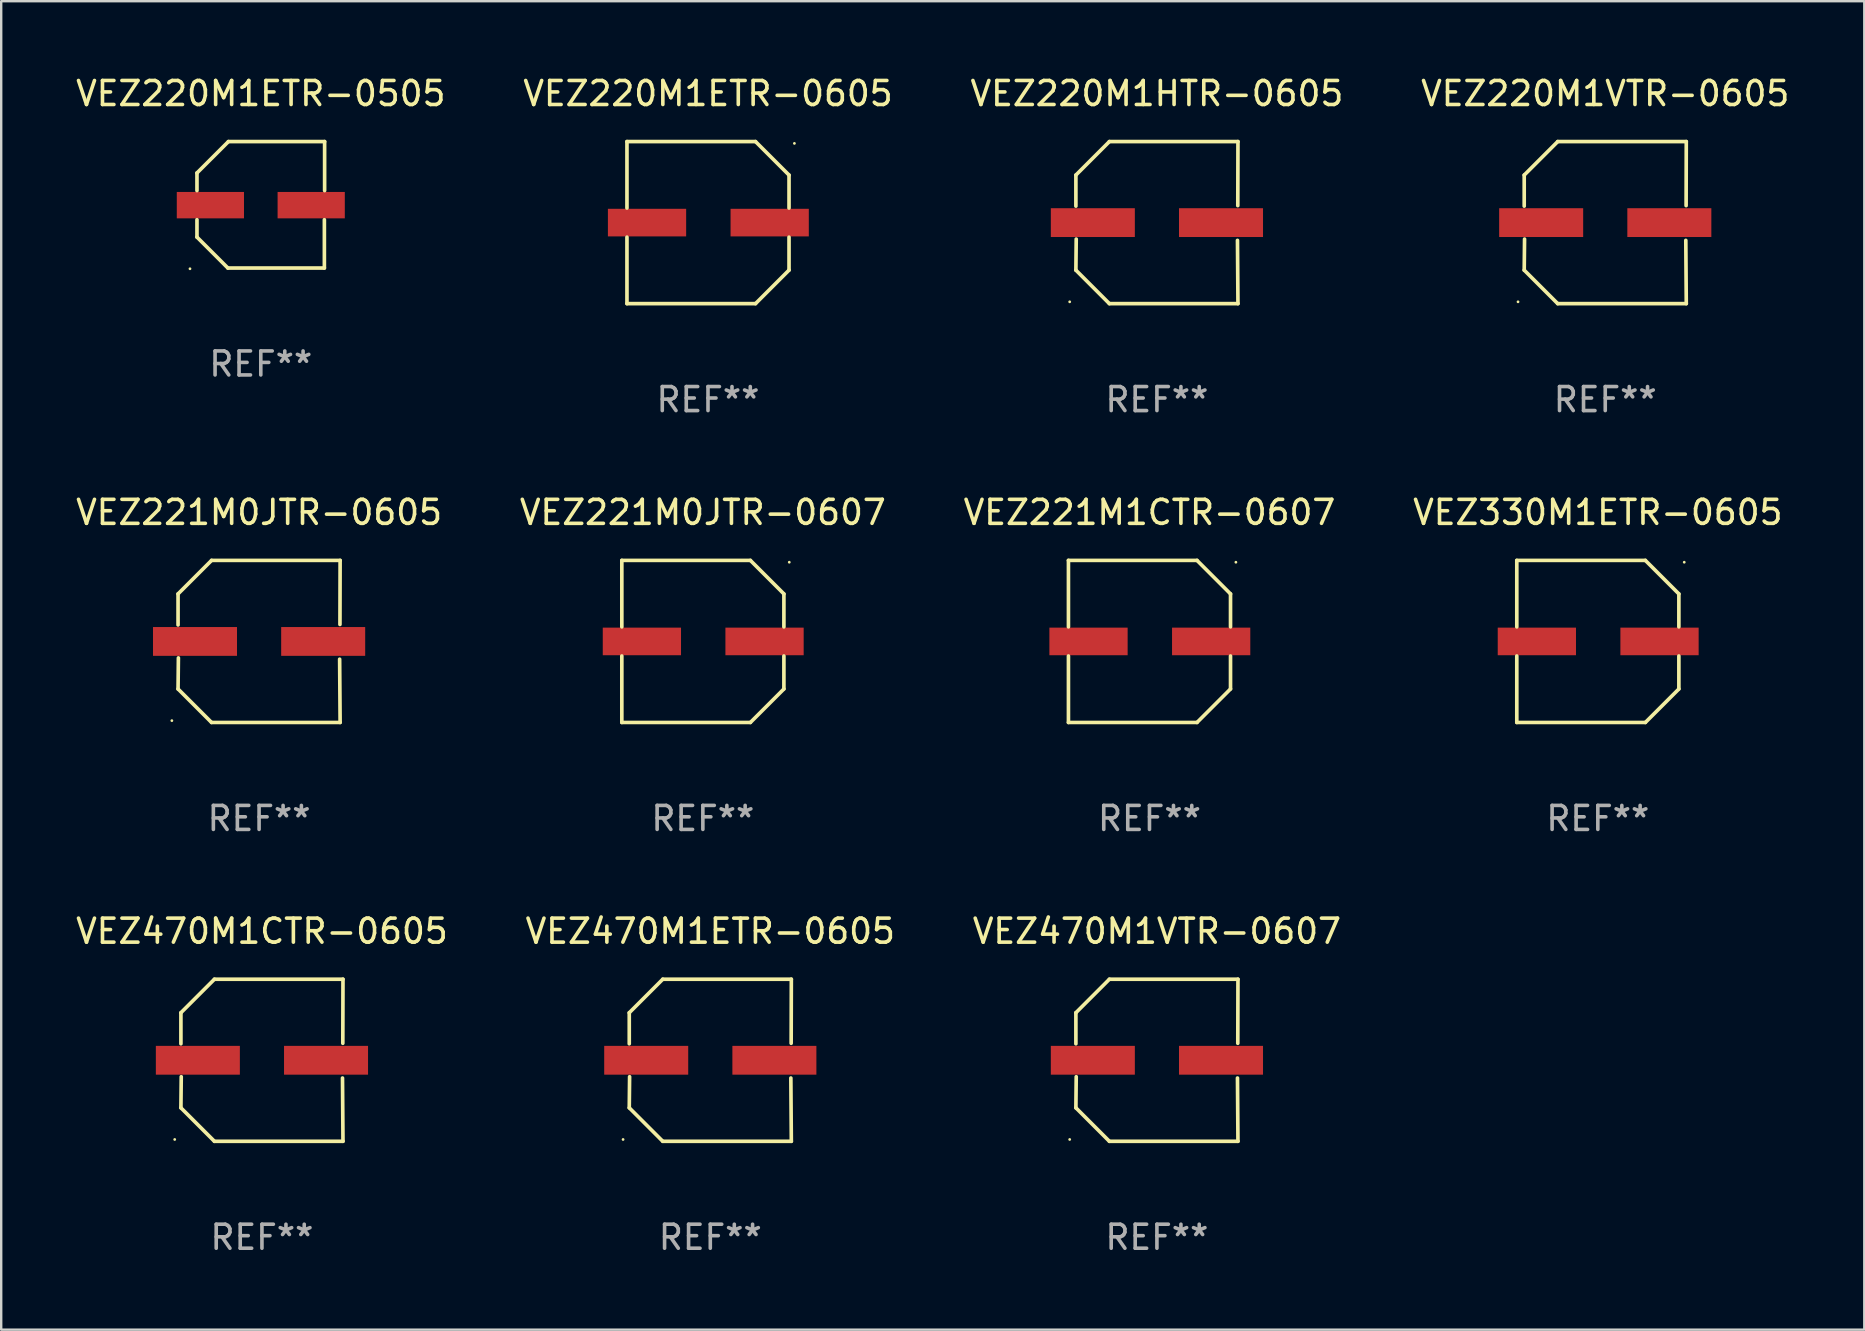
<source format=kicad_pcb>
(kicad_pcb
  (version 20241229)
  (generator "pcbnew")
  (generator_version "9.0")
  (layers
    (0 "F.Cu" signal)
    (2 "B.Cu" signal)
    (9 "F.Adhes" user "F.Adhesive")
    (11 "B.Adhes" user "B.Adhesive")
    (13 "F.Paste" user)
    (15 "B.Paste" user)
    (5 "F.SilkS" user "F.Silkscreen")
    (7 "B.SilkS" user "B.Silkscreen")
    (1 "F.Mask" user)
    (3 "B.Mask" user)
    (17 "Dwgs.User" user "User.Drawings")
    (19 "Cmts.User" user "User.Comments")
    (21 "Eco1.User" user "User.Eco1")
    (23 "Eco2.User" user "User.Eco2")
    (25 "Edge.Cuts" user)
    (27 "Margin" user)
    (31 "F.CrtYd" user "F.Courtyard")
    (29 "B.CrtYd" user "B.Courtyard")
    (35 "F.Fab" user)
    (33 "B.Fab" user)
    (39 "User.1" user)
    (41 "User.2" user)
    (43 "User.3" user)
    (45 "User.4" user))
  (footprint "VEZ470M1ETR-0605"
    (layer "F.Cu")
    (at 26.542 41.122)
    (property "Reference" "VEZ470M1ETR-0605" (at 0 -5.376 0) (layer "F.SilkS") (effects (font (size 1 1) (thickness 0.15))))
    (attr through_hole)
    (fp_line (start -3.376 -1.98) (end -3.376 -0.686) (stroke (width 0.152) (type solid)) (layer "F.SilkS"))
    (fp_line (start -3.376 1.981) (end -3.362 0.686) (stroke (width 0.152) (type solid)) (layer "F.SilkS"))
    (fp_line (start -1.981 3.376) (end -3.376 1.981) (stroke (width 0.152) (type solid)) (layer "F.SilkS"))
    (fp_line (start -1.98 -3.376) (end -3.376 -1.98) (stroke (width 0.152) (type solid)) (layer "F.SilkS"))
    (fp_line (start 3.356 0.74) (end 3.376 3.376) (stroke (width 0.152) (type solid)) (layer "F.SilkS"))
    (fp_line (start 3.369 -0.707) (end 3.376 -3.376) (stroke (width 0.152) (type solid)) (layer "F.SilkS"))
    (fp_line (start 3.376 3.376) (end -1.981 3.376) (stroke (width 0.152) (type solid)) (layer "F.SilkS"))
    (fp_line (start 3.376 -3.376) (end -1.98 -3.376) (stroke (width 0.152) (type solid)) (layer "F.SilkS"))
    (fp_circle (center -3.634 3.3) (end -3.604 3.3) (stroke (width 0.06) (type solid)) (fill no) (layer "F.SilkS"))
    (fp_text user "REF**" (at 0 7.376 0) (layer "F.Fab") (effects (font (size 1 1) (thickness 0.15))))
    (pad "1" smd rect (at -2.67 0.000254) (size 3.5 1.2) (layers "F.Cu" "F.Mask" "F.Paste"))
    (pad "2" smd rect (at 2.67 0.000254) (size 3.5 1.2) (layers "F.Cu" "F.Mask" "F.Paste")))
  (footprint "VEZ220M1ETR-0505"
    (layer "F.Cu")
    (at 7.815 5.482)
    (property "Reference" "VEZ220M1ETR-0505" (at 0 -4.634 0) (layer "F.SilkS") (effects (font (size 1 1) (thickness 0.15))))
    (attr through_hole)
    (fp_line (start -2.659 -1.326) (end -2.659 -0.592) (stroke (width 0.152) (type solid)) (layer "F.SilkS"))
    (fp_line (start -2.659 1.346) (end -2.659 0.622) (stroke (width 0.152) (type solid)) (layer "F.SilkS"))
    (fp_line (start -1.372 2.634) (end -2.659 1.346) (stroke (width 0.152) (type solid)) (layer "F.SilkS"))
    (fp_line (start -1.349 -2.634) (end -2.659 -1.326) (stroke (width 0.152) (type solid)) (layer "F.SilkS"))
    (fp_line (start 2.649 0.622) (end 2.649 2.634) (stroke (width 0.152) (type solid)) (layer "F.SilkS"))
    (fp_line (start 2.649 2.634) (end -1.372 2.634) (stroke (width 0.152) (type solid)) (layer "F.SilkS"))
    (fp_line (start 2.659 -2.634) (end -1.349 -2.634) (stroke (width 0.152) (type solid)) (layer "F.SilkS"))
    (fp_line (start 2.659 -0.592) (end 2.659 -2.634) (stroke (width 0.152) (type solid)) (layer "F.SilkS"))
    (fp_circle (center -2.95 2.665) (end -2.92 2.665) (stroke (width 0.06) (type solid)) (fill no) (layer "F.SilkS"))
    (fp_text user "REF**" (at 0 6.634 0) (layer "F.Fab") (effects (font (size 1 1) (thickness 0.15))))
    (pad "1" smd rect (at -2.1 0.015) (size 2.8 1.1) (layers "F.Cu" "F.Mask" "F.Paste"))
    (pad "2" smd rect (at 2.1 0.015) (size 2.8 1.1) (layers "F.Cu" "F.Mask" "F.Paste")))
  (footprint "VEZ220M1ETR-0605"
    (layer "F.Cu")
    (at 26.446 6.224)
    (property "Reference" "VEZ220M1ETR-0605" (at 0 -5.376 0) (layer "F.SilkS") (effects (font (size 1 1) (thickness 0.15))))
    (attr through_hole)
    (fp_line (start -3.376 -3.376) (end 1.98 -3.376) (stroke (width 0.152) (type solid)) (layer "F.SilkS"))
    (fp_line (start -3.376 -0.607) (end -3.376 -3.376) (stroke (width 0.152) (type solid)) (layer "F.SilkS"))
    (fp_line (start -3.376 0.607) (end -3.376 3.376) (stroke (width 0.152) (type solid)) (layer "F.SilkS"))
    (fp_line (start -3.376 3.376) (end 1.98 3.376) (stroke (width 0.152) (type solid)) (layer "F.SilkS"))
    (fp_line (start 1.98 -3.376) (end 3.376 -1.98) (stroke (width 0.152) (type solid)) (layer "F.SilkS"))
    (fp_line (start 1.98 3.376) (end 3.376 1.98) (stroke (width 0.152) (type solid)) (layer "F.SilkS"))
    (fp_line (start 3.376 -1.98) (end 3.376 -0.607) (stroke (width 0.152) (type solid)) (layer "F.SilkS"))
    (fp_line (start 3.376 1.98) (end 3.376 0.607) (stroke (width 0.152) (type solid)) (layer "F.SilkS"))
    (fp_circle (center 3.6 -3.3) (end 3.63 -3.3) (stroke (width 0.06) (type solid)) (fill no) (layer "F.SilkS"))
    (fp_text user "REF**" (at 0 7.376 0) (layer "F.Fab") (effects (font (size 1 1) (thickness 0.15))))
    (pad "1" smd rect (at 2.57 0 180) (size 3.26 1.15) (layers "F.Cu" "F.Mask" "F.Paste"))
    (pad "2" smd rect (at -2.54 0 180) (size 3.26 1.15) (layers "F.Cu" "F.Mask" "F.Paste")))
  (footprint "VEZ220M1VTR-0605"
    (layer "F.Cu")
    (at 63.827 6.224)
    (property "Reference" "VEZ220M1VTR-0605" (at 0 -5.376 0) (layer "F.SilkS") (effects (font (size 1 1) (thickness 0.15))))
    (attr through_hole)
    (fp_line (start -3.376 -1.98) (end -3.376 -0.686) (stroke (width 0.152) (type solid)) (layer "F.SilkS"))
    (fp_line (start -3.376 1.981) (end -3.362 0.686) (stroke (width 0.152) (type solid)) (layer "F.SilkS"))
    (fp_line (start -1.981 3.376) (end -3.376 1.981) (stroke (width 0.152) (type solid)) (layer "F.SilkS"))
    (fp_line (start -1.98 -3.376) (end -3.376 -1.98) (stroke (width 0.152) (type solid)) (layer "F.SilkS"))
    (fp_line (start 3.356 0.74) (end 3.376 3.376) (stroke (width 0.152) (type solid)) (layer "F.SilkS"))
    (fp_line (start 3.369 -0.707) (end 3.376 -3.376) (stroke (width 0.152) (type solid)) (layer "F.SilkS"))
    (fp_line (start 3.376 3.376) (end -1.981 3.376) (stroke (width 0.152) (type solid)) (layer "F.SilkS"))
    (fp_line (start 3.376 -3.376) (end -1.98 -3.376) (stroke (width 0.152) (type solid)) (layer "F.SilkS"))
    (fp_circle (center -3.634 3.3) (end -3.604 3.3) (stroke (width 0.06) (type solid)) (fill no) (layer "F.SilkS"))
    (fp_text user "REF**" (at 0 7.376 0) (layer "F.Fab") (effects (font (size 1 1) (thickness 0.15))))
    (pad "1" smd rect (at -2.67 0.000254) (size 3.5 1.2) (layers "F.Cu" "F.Mask" "F.Paste"))
    (pad "2" smd rect (at 2.67 0.000254) (size 3.5 1.2) (layers "F.Cu" "F.Mask" "F.Paste")))
  (footprint "VEZ330M1ETR-0605"
    (layer "F.Cu")
    (at 63.518 23.673)
    (property "Reference" "VEZ330M1ETR-0605" (at 0 -5.376 0) (layer "F.SilkS") (effects (font (size 1 1) (thickness 0.15))))
    (attr through_hole)
    (fp_line (start -3.376 -3.376) (end 1.98 -3.376) (stroke (width 0.152) (type solid)) (layer "F.SilkS"))
    (fp_line (start -3.376 -0.607) (end -3.376 -3.376) (stroke (width 0.152) (type solid)) (layer "F.SilkS"))
    (fp_line (start -3.376 0.607) (end -3.376 3.376) (stroke (width 0.152) (type solid)) (layer "F.SilkS"))
    (fp_line (start -3.376 3.376) (end 1.98 3.376) (stroke (width 0.152) (type solid)) (layer "F.SilkS"))
    (fp_line (start 1.98 -3.376) (end 3.376 -1.98) (stroke (width 0.152) (type solid)) (layer "F.SilkS"))
    (fp_line (start 1.98 3.376) (end 3.376 1.98) (stroke (width 0.152) (type solid)) (layer "F.SilkS"))
    (fp_line (start 3.376 -1.98) (end 3.376 -0.607) (stroke (width 0.152) (type solid)) (layer "F.SilkS"))
    (fp_line (start 3.376 1.98) (end 3.376 0.607) (stroke (width 0.152) (type solid)) (layer "F.SilkS"))
    (fp_circle (center 3.6 -3.3) (end 3.63 -3.3) (stroke (width 0.06) (type solid)) (fill no) (layer "F.SilkS"))
    (fp_text user "REF**" (at 0 7.376 0) (layer "F.Fab") (effects (font (size 1 1) (thickness 0.15))))
    (pad "1" smd rect (at 2.57 0 180) (size 3.26 1.15) (layers "F.Cu" "F.Mask" "F.Paste"))
    (pad "2" smd rect (at -2.54 0 180) (size 3.26 1.15) (layers "F.Cu" "F.Mask" "F.Paste")))
  (footprint "VEZ221M0JTR-0605"
    (layer "F.Cu")
    (at 7.744 23.673)
    (property "Reference" "VEZ221M0JTR-0605" (at 0 -5.376 0) (layer "F.SilkS") (effects (font (size 1 1) (thickness 0.15))))
    (attr through_hole)
    (fp_line (start -3.376 -1.98) (end -3.376 -0.686) (stroke (width 0.152) (type solid)) (layer "F.SilkS"))
    (fp_line (start -3.376 1.981) (end -3.362 0.686) (stroke (width 0.152) (type solid)) (layer "F.SilkS"))
    (fp_line (start -1.981 3.376) (end -3.376 1.981) (stroke (width 0.152) (type solid)) (layer "F.SilkS"))
    (fp_line (start -1.98 -3.376) (end -3.376 -1.98) (stroke (width 0.152) (type solid)) (layer "F.SilkS"))
    (fp_line (start 3.356 0.74) (end 3.376 3.376) (stroke (width 0.152) (type solid)) (layer "F.SilkS"))
    (fp_line (start 3.369 -0.707) (end 3.376 -3.376) (stroke (width 0.152) (type solid)) (layer "F.SilkS"))
    (fp_line (start 3.376 3.376) (end -1.981 3.376) (stroke (width 0.152) (type solid)) (layer "F.SilkS"))
    (fp_line (start 3.376 -3.376) (end -1.98 -3.376) (stroke (width 0.152) (type solid)) (layer "F.SilkS"))
    (fp_circle (center -3.634 3.3) (end -3.604 3.3) (stroke (width 0.06) (type solid)) (fill no) (layer "F.SilkS"))
    (fp_text user "REF**" (at 0 7.376 0) (layer "F.Fab") (effects (font (size 1 1) (thickness 0.15))))
    (pad "1" smd rect (at -2.67 0.000254) (size 3.5 1.2) (layers "F.Cu" "F.Mask" "F.Paste"))
    (pad "2" smd rect (at 2.67 0.000254) (size 3.5 1.2) (layers "F.Cu" "F.Mask" "F.Paste")))
  (footprint "VEZ470M1CTR-0605"
    (layer "F.Cu")
    (at 7.863 41.122)
    (property "Reference" "VEZ470M1CTR-0605" (at 0 -5.376 0) (layer "F.SilkS") (effects (font (size 1 1) (thickness 0.15))))
    (attr through_hole)
    (fp_line (start -3.376 -1.98) (end -3.376 -0.686) (stroke (width 0.152) (type solid)) (layer "F.SilkS"))
    (fp_line (start -3.376 1.981) (end -3.362 0.686) (stroke (width 0.152) (type solid)) (layer "F.SilkS"))
    (fp_line (start -1.981 3.376) (end -3.376 1.981) (stroke (width 0.152) (type solid)) (layer "F.SilkS"))
    (fp_line (start -1.98 -3.376) (end -3.376 -1.98) (stroke (width 0.152) (type solid)) (layer "F.SilkS"))
    (fp_line (start 3.356 0.74) (end 3.376 3.376) (stroke (width 0.152) (type solid)) (layer "F.SilkS"))
    (fp_line (start 3.369 -0.707) (end 3.376 -3.376) (stroke (width 0.152) (type solid)) (layer "F.SilkS"))
    (fp_line (start 3.376 3.376) (end -1.981 3.376) (stroke (width 0.152) (type solid)) (layer "F.SilkS"))
    (fp_line (start 3.376 -3.376) (end -1.98 -3.376) (stroke (width 0.152) (type solid)) (layer "F.SilkS"))
    (fp_circle (center -3.634 3.3) (end -3.604 3.3) (stroke (width 0.06) (type solid)) (fill no) (layer "F.SilkS"))
    (fp_text user "REF**" (at 0 7.376 0) (layer "F.Fab") (effects (font (size 1 1) (thickness 0.15))))
    (pad "1" smd rect (at -2.67 0.000254) (size 3.5 1.2) (layers "F.Cu" "F.Mask" "F.Paste"))
    (pad "2" smd rect (at 2.67 0.000254) (size 3.5 1.2) (layers "F.Cu" "F.Mask" "F.Paste")))
  (footprint "VEZ470M1VTR-0607"
    (layer "F.Cu")
    (at 45.149 41.122)
    (property "Reference" "VEZ470M1VTR-0607" (at 0 -5.376 0) (layer "F.SilkS") (effects (font (size 1 1) (thickness 0.15))))
    (attr through_hole)
    (fp_line (start -3.376 -1.98) (end -3.376 -0.686) (stroke (width 0.152) (type solid)) (layer "F.SilkS"))
    (fp_line (start -3.376 1.981) (end -3.362 0.686) (stroke (width 0.152) (type solid)) (layer "F.SilkS"))
    (fp_line (start -1.981 3.376) (end -3.376 1.981) (stroke (width 0.152) (type solid)) (layer "F.SilkS"))
    (fp_line (start -1.98 -3.376) (end -3.376 -1.98) (stroke (width 0.152) (type solid)) (layer "F.SilkS"))
    (fp_line (start 3.356 0.74) (end 3.376 3.376) (stroke (width 0.152) (type solid)) (layer "F.SilkS"))
    (fp_line (start 3.369 -0.707) (end 3.376 -3.376) (stroke (width 0.152) (type solid)) (layer "F.SilkS"))
    (fp_line (start 3.376 3.376) (end -1.981 3.376) (stroke (width 0.152) (type solid)) (layer "F.SilkS"))
    (fp_line (start 3.376 -3.376) (end -1.98 -3.376) (stroke (width 0.152) (type solid)) (layer "F.SilkS"))
    (fp_circle (center -3.634 3.3) (end -3.604 3.3) (stroke (width 0.06) (type solid)) (fill no) (layer "F.SilkS"))
    (fp_text user "REF**" (at 0 7.376 0) (layer "F.Fab") (effects (font (size 1 1) (thickness 0.15))))
    (pad "1" smd rect (at -2.67 0.000254) (size 3.5 1.2) (layers "F.Cu" "F.Mask" "F.Paste"))
    (pad "2" smd rect (at 2.67 0.000254) (size 3.5 1.2) (layers "F.Cu" "F.Mask" "F.Paste")))
  (footprint "VEZ221M1CTR-0607"
    (layer "F.Cu")
    (at 44.839 23.673)
    (property "Reference" "VEZ221M1CTR-0607" (at 0 -5.376 0) (layer "F.SilkS") (effects (font (size 1 1) (thickness 0.15))))
    (attr through_hole)
    (fp_line (start -3.376 -3.376) (end 1.98 -3.376) (stroke (width 0.152) (type solid)) (layer "F.SilkS"))
    (fp_line (start -3.376 -0.607) (end -3.376 -3.376) (stroke (width 0.152) (type solid)) (layer "F.SilkS"))
    (fp_line (start -3.376 0.607) (end -3.376 3.376) (stroke (width 0.152) (type solid)) (layer "F.SilkS"))
    (fp_line (start -3.376 3.376) (end 1.98 3.376) (stroke (width 0.152) (type solid)) (layer "F.SilkS"))
    (fp_line (start 1.98 -3.376) (end 3.376 -1.98) (stroke (width 0.152) (type solid)) (layer "F.SilkS"))
    (fp_line (start 1.98 3.376) (end 3.376 1.98) (stroke (width 0.152) (type solid)) (layer "F.SilkS"))
    (fp_line (start 3.376 -1.98) (end 3.376 -0.607) (stroke (width 0.152) (type solid)) (layer "F.SilkS"))
    (fp_line (start 3.376 1.98) (end 3.376 0.607) (stroke (width 0.152) (type solid)) (layer "F.SilkS"))
    (fp_circle (center 3.6 -3.3) (end 3.63 -3.3) (stroke (width 0.06) (type solid)) (fill no) (layer "F.SilkS"))
    (fp_text user "REF**" (at 0 7.376 0) (layer "F.Fab") (effects (font (size 1 1) (thickness 0.15))))
    (pad "1" smd rect (at 2.57 0 180) (size 3.26 1.15) (layers "F.Cu" "F.Mask" "F.Paste"))
    (pad "2" smd rect (at -2.54 0 180) (size 3.26 1.15) (layers "F.Cu" "F.Mask" "F.Paste")))
  (footprint "VEZ220M1HTR-0605"
    (layer "F.Cu")
    (at 45.149 6.224)
    (property "Reference" "VEZ220M1HTR-0605" (at 0 -5.376 0) (layer "F.SilkS") (effects (font (size 1 1) (thickness 0.15))))
    (attr through_hole)
    (fp_line (start -3.376 -1.98) (end -3.376 -0.686) (stroke (width 0.152) (type solid)) (layer "F.SilkS"))
    (fp_line (start -3.376 1.981) (end -3.362 0.686) (stroke (width 0.152) (type solid)) (layer "F.SilkS"))
    (fp_line (start -1.981 3.376) (end -3.376 1.981) (stroke (width 0.152) (type solid)) (layer "F.SilkS"))
    (fp_line (start -1.98 -3.376) (end -3.376 -1.98) (stroke (width 0.152) (type solid)) (layer "F.SilkS"))
    (fp_line (start 3.356 0.74) (end 3.376 3.376) (stroke (width 0.152) (type solid)) (layer "F.SilkS"))
    (fp_line (start 3.369 -0.707) (end 3.376 -3.376) (stroke (width 0.152) (type solid)) (layer "F.SilkS"))
    (fp_line (start 3.376 3.376) (end -1.981 3.376) (stroke (width 0.152) (type solid)) (layer "F.SilkS"))
    (fp_line (start 3.376 -3.376) (end -1.98 -3.376) (stroke (width 0.152) (type solid)) (layer "F.SilkS"))
    (fp_circle (center -3.634 3.3) (end -3.604 3.3) (stroke (width 0.06) (type solid)) (fill no) (layer "F.SilkS"))
    (fp_text user "REF**" (at 0 7.376 0) (layer "F.Fab") (effects (font (size 1 1) (thickness 0.15))))
    (pad "1" smd rect (at -2.67 0.000254) (size 3.5 1.2) (layers "F.Cu" "F.Mask" "F.Paste"))
    (pad "2" smd rect (at 2.67 0.000254) (size 3.5 1.2) (layers "F.Cu" "F.Mask" "F.Paste")))
  (footprint "VEZ221M0JTR-0607"
    (layer "F.Cu")
    (at 26.232 23.673)
    (property "Reference" "VEZ221M0JTR-0607" (at 0 -5.376 0) (layer "F.SilkS") (effects (font (size 1 1) (thickness 0.15))))
    (attr through_hole)
    (fp_line (start -3.376 -3.376) (end 1.98 -3.376) (stroke (width 0.152) (type solid)) (layer "F.SilkS"))
    (fp_line (start -3.376 -0.607) (end -3.376 -3.376) (stroke (width 0.152) (type solid)) (layer "F.SilkS"))
    (fp_line (start -3.376 0.607) (end -3.376 3.376) (stroke (width 0.152) (type solid)) (layer "F.SilkS"))
    (fp_line (start -3.376 3.376) (end 1.98 3.376) (stroke (width 0.152) (type solid)) (layer "F.SilkS"))
    (fp_line (start 1.98 -3.376) (end 3.376 -1.98) (stroke (width 0.152) (type solid)) (layer "F.SilkS"))
    (fp_line (start 1.98 3.376) (end 3.376 1.98) (stroke (width 0.152) (type solid)) (layer "F.SilkS"))
    (fp_line (start 3.376 -1.98) (end 3.376 -0.607) (stroke (width 0.152) (type solid)) (layer "F.SilkS"))
    (fp_line (start 3.376 1.98) (end 3.376 0.607) (stroke (width 0.152) (type solid)) (layer "F.SilkS"))
    (fp_circle (center 3.6 -3.3) (end 3.63 -3.3) (stroke (width 0.06) (type solid)) (fill no) (layer "F.SilkS"))
    (fp_text user "REF**" (at 0 7.376 0) (layer "F.Fab") (effects (font (size 1 1) (thickness 0.15))))
    (pad "1" smd rect (at 2.57 0 180) (size 3.26 1.15) (layers "F.Cu" "F.Mask" "F.Paste"))
    (pad "2" smd rect (at -2.54 0 180) (size 3.26 1.15) (layers "F.Cu" "F.Mask" "F.Paste")))
  (gr_rect
    (start -3 -3)
    (end 74.619 52.346)
    (stroke (width 0.1) (type default))
    (fill no)
    (layer "Edge.Cuts")))
</source>
